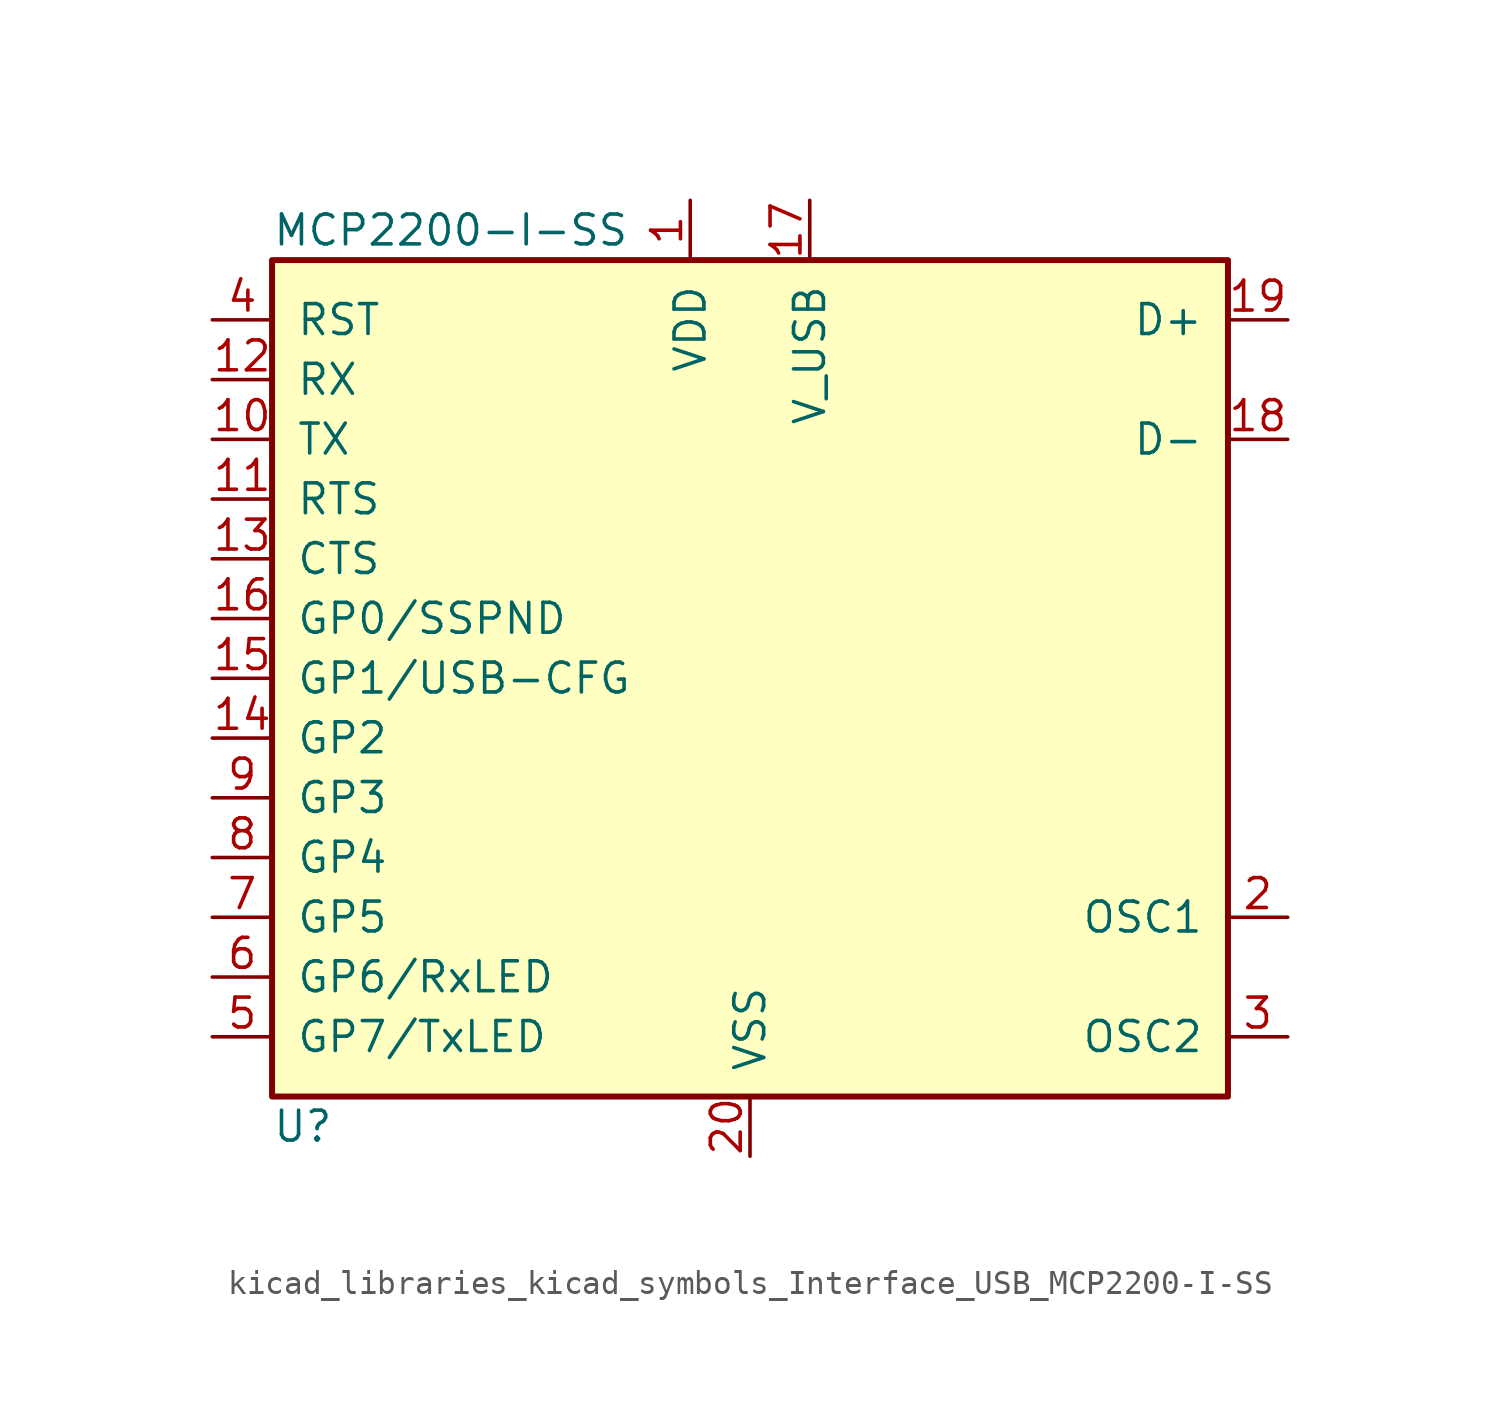
<source format=kicad_sym>
(kicad_symbol_lib
  (version 20220914)
  (generator kicad_symbol_editor)
  (symbol "kicad_libraries_kicad_symbols_Interface_USB_MCP2200-I-SS"
    (pin_names
      (offset 1.016))
    (property "Reference" "U"
      (at -20.32 -19.05 0)
      (effects (font (size 1.27 1.27)) (justify left)))
    (property "Value" "MCP2200-I-SS"
      (at -20.32 19.05 0)
      (effects (font (size 1.27 1.27)) (justify left)))
    (symbol "kicad_libraries_kicad_symbols_Interface_USB_MCP2200-I-SS_0_1"
      (rectangle (start -20.32 17.78) (end 20.32 -17.78) (stroke (width 0.254) (type default)) (fill (type background))))
    (symbol "kicad_libraries_kicad_symbols_Interface_USB_MCP2200-I-SS_1_1"
      (pin power_in line (at -2.54 20.32 270) (length 2.54) (name "VDD" (effects (font (size 1.27 1.27)))) (number "1" (effects (font (size 1.27 1.27)))))
      (pin output line (at -22.86 10.16 0) (length 2.54) (name "TX" (effects (font (size 1.27 1.27)))) (number "10" (effects (font (size 1.27 1.27)))))
      (pin output line (at -22.86 7.62 0) (length 2.54) (name "RTS" (effects (font (size 1.27 1.27)))) (number "11" (effects (font (size 1.27 1.27)))))
      (pin input line (at -22.86 12.7 0) (length 2.54) (name "RX" (effects (font (size 1.27 1.27)))) (number "12" (effects (font (size 1.27 1.27)))))
      (pin input line (at -22.86 5.08 0) (length 2.54) (name "CTS" (effects (font (size 1.27 1.27)))) (number "13" (effects (font (size 1.27 1.27)))))
      (pin bidirectional line (at -22.86 -2.54 0) (length 2.54) (name "GP2" (effects (font (size 1.27 1.27)))) (number "14" (effects (font (size 1.27 1.27)))))
      (pin bidirectional line (at -22.86 0 0) (length 2.54) (name "GP1/USB-CFG" (effects (font (size 1.27 1.27)))) (number "15" (effects (font (size 1.27 1.27)))))
      (pin bidirectional line (at -22.86 2.54 0) (length 2.54) (name "GP0/SSPND" (effects (font (size 1.27 1.27)))) (number "16" (effects (font (size 1.27 1.27)))))
      (pin power_in line (at 2.54 20.32 270) (length 2.54) (name "V_USB" (effects (font (size 1.27 1.27)))) (number "17" (effects (font (size 1.27 1.27)))))
      (pin bidirectional line (at 22.86 10.16 180) (length 2.54) (name "D-" (effects (font (size 1.27 1.27)))) (number "18" (effects (font (size 1.27 1.27)))))
      (pin bidirectional line (at 22.86 15.24 180) (length 2.54) (name "D+" (effects (font (size 1.27 1.27)))) (number "19" (effects (font (size 1.27 1.27)))))
      (pin input line (at 22.86 -10.16 180) (length 2.54) (name "OSC1" (effects (font (size 1.27 1.27)))) (number "2" (effects (font (size 1.27 1.27)))))
      (pin power_in line (at 0 -20.32 90) (length 2.54) (name "VSS" (effects (font (size 1.27 1.27)))) (number "20" (effects (font (size 1.27 1.27)))))
      (pin output line (at 22.86 -15.24 180) (length 2.54) (name "OSC2" (effects (font (size 1.27 1.27)))) (number "3" (effects (font (size 1.27 1.27)))))
      (pin input line (at -22.86 15.24 0) (length 2.54) (name "RST" (effects (font (size 1.27 1.27)))) (number "4" (effects (font (size 1.27 1.27)))))
      (pin bidirectional line (at -22.86 -15.24 0) (length 2.54) (name "GP7/TxLED" (effects (font (size 1.27 1.27)))) (number "5" (effects (font (size 1.27 1.27)))))
      (pin bidirectional line (at -22.86 -12.7 0) (length 2.54) (name "GP6/RxLED" (effects (font (size 1.27 1.27)))) (number "6" (effects (font (size 1.27 1.27)))))
      (pin bidirectional line (at -22.86 -10.16 0) (length 2.54) (name "GP5" (effects (font (size 1.27 1.27)))) (number "7" (effects (font (size 1.27 1.27)))))
      (pin bidirectional line (at -22.86 -7.62 0) (length 2.54) (name "GP4" (effects (font (size 1.27 1.27)))) (number "8" (effects (font (size 1.27 1.27)))))
      (pin bidirectional line (at -22.86 -5.08 0) (length 2.54) (name "GP3" (effects (font (size 1.27 1.27)))) (number "9" (effects (font (size 1.27 1.27))))))))
</source>
